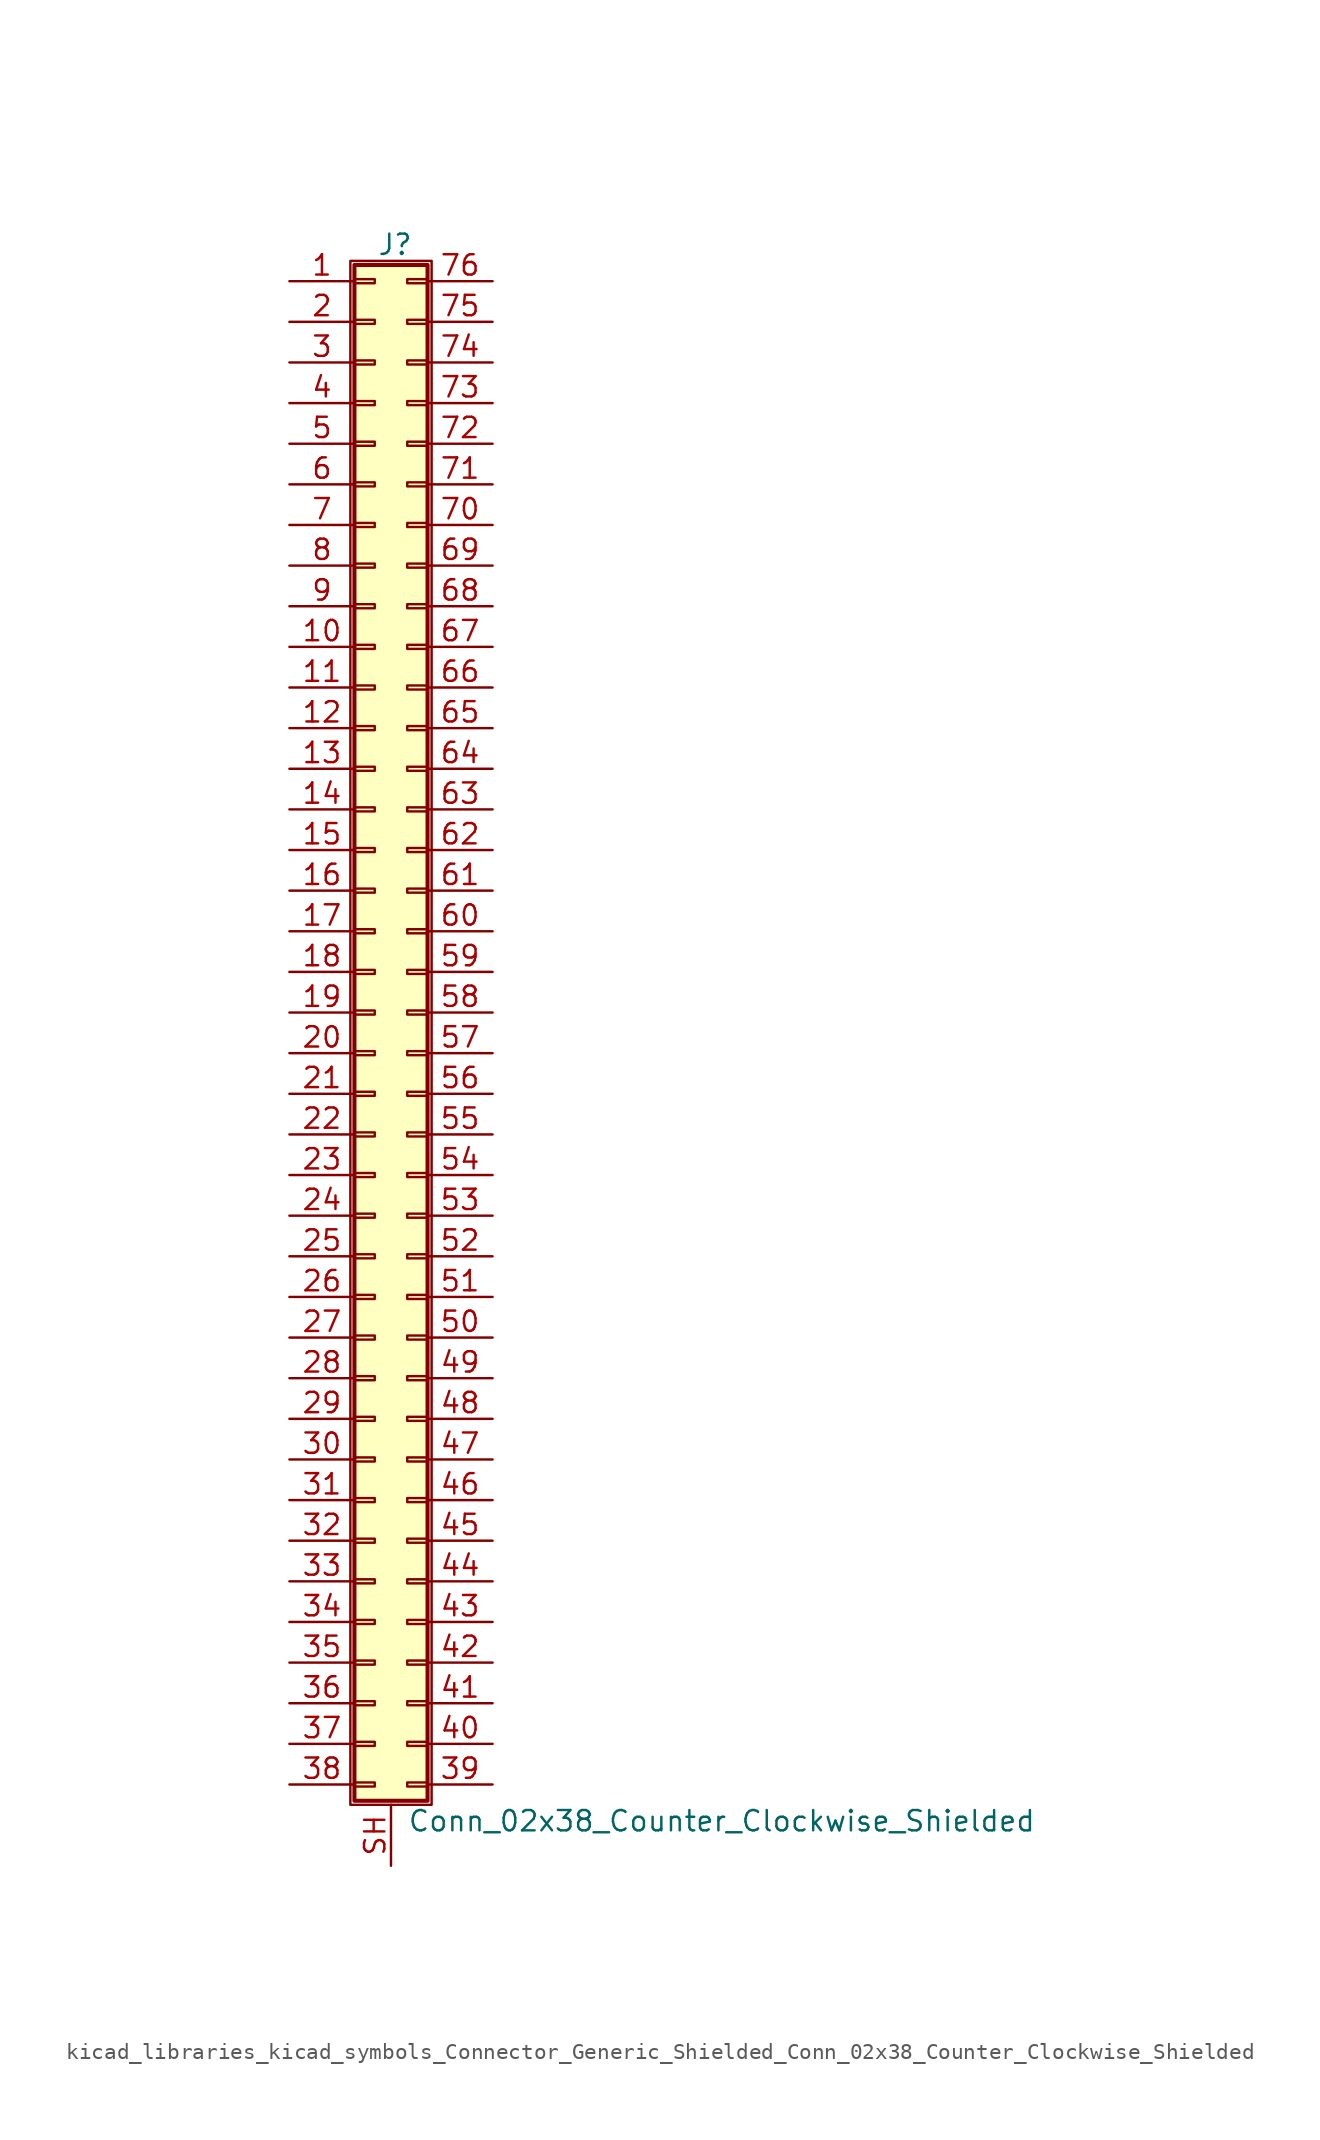
<source format=kicad_sym>
(kicad_symbol_lib
  (version 20220914)
  (generator kicad_symbol_editor)
  (symbol "kicad_libraries_kicad_symbols_Connector_Generic_Shielded_Conn_02x38_Counter_Clockwise_Shielded"
    (pin_names
      (offset 1.016) hide)
    (property "Reference" "J"
      (at 1.524 48.006 0)
      (effects (font (size 1.27 1.27))))
    (property "Value" "Conn_02x38_Counter_Clockwise_Shielded"
      (at 2.286 -50.546 0)
      (effects (font (size 1.27 1.27)) (justify left)))
    (symbol "kicad_libraries_kicad_symbols_Connector_Generic_Shielded_Conn_02x38_Counter_Clockwise_Shielded_1_1"
      (rectangle (start -1.27 46.99) (end 3.81 -49.53) (stroke (width 0.152) (type default)) (fill (type none)))
      (rectangle (start -1.016 -48.133) (end 0.254 -48.387) (stroke (width 0.152) (type default)) (fill (type none)))
      (rectangle (start -1.016 -45.593) (end 0.254 -45.847) (stroke (width 0.152) (type default)) (fill (type none)))
      (rectangle (start -1.016 -43.053) (end 0.254 -43.307) (stroke (width 0.152) (type default)) (fill (type none)))
      (rectangle (start -1.016 -40.513) (end 0.254 -40.767) (stroke (width 0.152) (type default)) (fill (type none)))
      (rectangle (start -1.016 -37.973) (end 0.254 -38.227) (stroke (width 0.152) (type default)) (fill (type none)))
      (rectangle (start -1.016 -35.433) (end 0.254 -35.687) (stroke (width 0.152) (type default)) (fill (type none)))
      (rectangle (start -1.016 -32.893) (end 0.254 -33.147) (stroke (width 0.152) (type default)) (fill (type none)))
      (rectangle (start -1.016 -30.353) (end 0.254 -30.607) (stroke (width 0.152) (type default)) (fill (type none)))
      (rectangle (start -1.016 -27.813) (end 0.254 -28.067) (stroke (width 0.152) (type default)) (fill (type none)))
      (rectangle (start -1.016 -25.273) (end 0.254 -25.527) (stroke (width 0.152) (type default)) (fill (type none)))
      (rectangle (start -1.016 -22.733) (end 0.254 -22.987) (stroke (width 0.152) (type default)) (fill (type none)))
      (rectangle (start -1.016 -20.193) (end 0.254 -20.447) (stroke (width 0.152) (type default)) (fill (type none)))
      (rectangle (start -1.016 -17.653) (end 0.254 -17.907) (stroke (width 0.152) (type default)) (fill (type none)))
      (rectangle (start -1.016 -15.113) (end 0.254 -15.367) (stroke (width 0.152) (type default)) (fill (type none)))
      (rectangle (start -1.016 -12.573) (end 0.254 -12.827) (stroke (width 0.152) (type default)) (fill (type none)))
      (rectangle (start -1.016 -10.033) (end 0.254 -10.287) (stroke (width 0.152) (type default)) (fill (type none)))
      (rectangle (start -1.016 -7.493) (end 0.254 -7.747) (stroke (width 0.152) (type default)) (fill (type none)))
      (rectangle (start -1.016 -4.953) (end 0.254 -5.207) (stroke (width 0.152) (type default)) (fill (type none)))
      (rectangle (start -1.016 -2.413) (end 0.254 -2.667) (stroke (width 0.152) (type default)) (fill (type none)))
      (rectangle (start -1.016 0.127) (end 0.254 -0.127) (stroke (width 0.152) (type default)) (fill (type none)))
      (rectangle (start -1.016 2.667) (end 0.254 2.413) (stroke (width 0.152) (type default)) (fill (type none)))
      (rectangle (start -1.016 5.207) (end 0.254 4.953) (stroke (width 0.152) (type default)) (fill (type none)))
      (rectangle (start -1.016 7.747) (end 0.254 7.493) (stroke (width 0.152) (type default)) (fill (type none)))
      (rectangle (start -1.016 10.287) (end 0.254 10.033) (stroke (width 0.152) (type default)) (fill (type none)))
      (rectangle (start -1.016 12.827) (end 0.254 12.573) (stroke (width 0.152) (type default)) (fill (type none)))
      (rectangle (start -1.016 15.367) (end 0.254 15.113) (stroke (width 0.152) (type default)) (fill (type none)))
      (rectangle (start -1.016 17.907) (end 0.254 17.653) (stroke (width 0.152) (type default)) (fill (type none)))
      (rectangle (start -1.016 20.447) (end 0.254 20.193) (stroke (width 0.152) (type default)) (fill (type none)))
      (rectangle (start -1.016 22.987) (end 0.254 22.733) (stroke (width 0.152) (type default)) (fill (type none)))
      (rectangle (start -1.016 25.527) (end 0.254 25.273) (stroke (width 0.152) (type default)) (fill (type none)))
      (rectangle (start -1.016 28.067) (end 0.254 27.813) (stroke (width 0.152) (type default)) (fill (type none)))
      (rectangle (start -1.016 30.607) (end 0.254 30.353) (stroke (width 0.152) (type default)) (fill (type none)))
      (rectangle (start -1.016 33.147) (end 0.254 32.893) (stroke (width 0.152) (type default)) (fill (type none)))
      (rectangle (start -1.016 35.687) (end 0.254 35.433) (stroke (width 0.152) (type default)) (fill (type none)))
      (rectangle (start -1.016 38.227) (end 0.254 37.973) (stroke (width 0.152) (type default)) (fill (type none)))
      (rectangle (start -1.016 40.767) (end 0.254 40.513) (stroke (width 0.152) (type default)) (fill (type none)))
      (rectangle (start -1.016 43.307) (end 0.254 43.053) (stroke (width 0.152) (type default)) (fill (type none)))
      (rectangle (start -1.016 45.847) (end 0.254 45.593) (stroke (width 0.152) (type default)) (fill (type none)))
      (rectangle (start -1.016 46.736) (end 3.556 -49.276) (stroke (width 0.254) (type default)) (fill (type background)))
      (rectangle (start 3.556 -48.133) (end 2.286 -48.387) (stroke (width 0.152) (type default)) (fill (type none)))
      (rectangle (start 3.556 -45.593) (end 2.286 -45.847) (stroke (width 0.152) (type default)) (fill (type none)))
      (rectangle (start 3.556 -43.053) (end 2.286 -43.307) (stroke (width 0.152) (type default)) (fill (type none)))
      (rectangle (start 3.556 -40.513) (end 2.286 -40.767) (stroke (width 0.152) (type default)) (fill (type none)))
      (rectangle (start 3.556 -37.973) (end 2.286 -38.227) (stroke (width 0.152) (type default)) (fill (type none)))
      (rectangle (start 3.556 -35.433) (end 2.286 -35.687) (stroke (width 0.152) (type default)) (fill (type none)))
      (rectangle (start 3.556 -32.893) (end 2.286 -33.147) (stroke (width 0.152) (type default)) (fill (type none)))
      (rectangle (start 3.556 -30.353) (end 2.286 -30.607) (stroke (width 0.152) (type default)) (fill (type none)))
      (rectangle (start 3.556 -27.813) (end 2.286 -28.067) (stroke (width 0.152) (type default)) (fill (type none)))
      (rectangle (start 3.556 -25.273) (end 2.286 -25.527) (stroke (width 0.152) (type default)) (fill (type none)))
      (rectangle (start 3.556 -22.733) (end 2.286 -22.987) (stroke (width 0.152) (type default)) (fill (type none)))
      (rectangle (start 3.556 -20.193) (end 2.286 -20.447) (stroke (width 0.152) (type default)) (fill (type none)))
      (rectangle (start 3.556 -17.653) (end 2.286 -17.907) (stroke (width 0.152) (type default)) (fill (type none)))
      (rectangle (start 3.556 -15.113) (end 2.286 -15.367) (stroke (width 0.152) (type default)) (fill (type none)))
      (rectangle (start 3.556 -12.573) (end 2.286 -12.827) (stroke (width 0.152) (type default)) (fill (type none)))
      (rectangle (start 3.556 -10.033) (end 2.286 -10.287) (stroke (width 0.152) (type default)) (fill (type none)))
      (rectangle (start 3.556 -7.493) (end 2.286 -7.747) (stroke (width 0.152) (type default)) (fill (type none)))
      (rectangle (start 3.556 -4.953) (end 2.286 -5.207) (stroke (width 0.152) (type default)) (fill (type none)))
      (rectangle (start 3.556 -2.413) (end 2.286 -2.667) (stroke (width 0.152) (type default)) (fill (type none)))
      (rectangle (start 3.556 0.127) (end 2.286 -0.127) (stroke (width 0.152) (type default)) (fill (type none)))
      (rectangle (start 3.556 2.667) (end 2.286 2.413) (stroke (width 0.152) (type default)) (fill (type none)))
      (rectangle (start 3.556 5.207) (end 2.286 4.953) (stroke (width 0.152) (type default)) (fill (type none)))
      (rectangle (start 3.556 7.747) (end 2.286 7.493) (stroke (width 0.152) (type default)) (fill (type none)))
      (rectangle (start 3.556 10.287) (end 2.286 10.033) (stroke (width 0.152) (type default)) (fill (type none)))
      (rectangle (start 3.556 12.827) (end 2.286 12.573) (stroke (width 0.152) (type default)) (fill (type none)))
      (rectangle (start 3.556 15.367) (end 2.286 15.113) (stroke (width 0.152) (type default)) (fill (type none)))
      (rectangle (start 3.556 17.907) (end 2.286 17.653) (stroke (width 0.152) (type default)) (fill (type none)))
      (rectangle (start 3.556 20.447) (end 2.286 20.193) (stroke (width 0.152) (type default)) (fill (type none)))
      (rectangle (start 3.556 22.987) (end 2.286 22.733) (stroke (width 0.152) (type default)) (fill (type none)))
      (rectangle (start 3.556 25.527) (end 2.286 25.273) (stroke (width 0.152) (type default)) (fill (type none)))
      (rectangle (start 3.556 28.067) (end 2.286 27.813) (stroke (width 0.152) (type default)) (fill (type none)))
      (rectangle (start 3.556 30.607) (end 2.286 30.353) (stroke (width 0.152) (type default)) (fill (type none)))
      (rectangle (start 3.556 33.147) (end 2.286 32.893) (stroke (width 0.152) (type default)) (fill (type none)))
      (rectangle (start 3.556 35.687) (end 2.286 35.433) (stroke (width 0.152) (type default)) (fill (type none)))
      (rectangle (start 3.556 38.227) (end 2.286 37.973) (stroke (width 0.152) (type default)) (fill (type none)))
      (rectangle (start 3.556 40.767) (end 2.286 40.513) (stroke (width 0.152) (type default)) (fill (type none)))
      (rectangle (start 3.556 43.307) (end 2.286 43.053) (stroke (width 0.152) (type default)) (fill (type none)))
      (rectangle (start 3.556 45.847) (end 2.286 45.593) (stroke (width 0.152) (type default)) (fill (type none)))
      (pin passive line (at -5.08 45.72 0) (length 4.064) (name "Pin_1" (effects (font (size 1.27 1.27)))) (number "1" (effects (font (size 1.27 1.27)))))
      (pin passive line (at -5.08 22.86 0) (length 4.064) (name "Pin_10" (effects (font (size 1.27 1.27)))) (number "10" (effects (font (size 1.27 1.27)))))
      (pin passive line (at -5.08 20.32 0) (length 4.064) (name "Pin_11" (effects (font (size 1.27 1.27)))) (number "11" (effects (font (size 1.27 1.27)))))
      (pin passive line (at -5.08 17.78 0) (length 4.064) (name "Pin_12" (effects (font (size 1.27 1.27)))) (number "12" (effects (font (size 1.27 1.27)))))
      (pin passive line (at -5.08 15.24 0) (length 4.064) (name "Pin_13" (effects (font (size 1.27 1.27)))) (number "13" (effects (font (size 1.27 1.27)))))
      (pin passive line (at -5.08 12.7 0) (length 4.064) (name "Pin_14" (effects (font (size 1.27 1.27)))) (number "14" (effects (font (size 1.27 1.27)))))
      (pin passive line (at -5.08 10.16 0) (length 4.064) (name "Pin_15" (effects (font (size 1.27 1.27)))) (number "15" (effects (font (size 1.27 1.27)))))
      (pin passive line (at -5.08 7.62 0) (length 4.064) (name "Pin_16" (effects (font (size 1.27 1.27)))) (number "16" (effects (font (size 1.27 1.27)))))
      (pin passive line (at -5.08 5.08 0) (length 4.064) (name "Pin_17" (effects (font (size 1.27 1.27)))) (number "17" (effects (font (size 1.27 1.27)))))
      (pin passive line (at -5.08 2.54 0) (length 4.064) (name "Pin_18" (effects (font (size 1.27 1.27)))) (number "18" (effects (font (size 1.27 1.27)))))
      (pin passive line (at -5.08 0 0) (length 4.064) (name "Pin_19" (effects (font (size 1.27 1.27)))) (number "19" (effects (font (size 1.27 1.27)))))
      (pin passive line (at -5.08 43.18 0) (length 4.064) (name "Pin_2" (effects (font (size 1.27 1.27)))) (number "2" (effects (font (size 1.27 1.27)))))
      (pin passive line (at -5.08 -2.54 0) (length 4.064) (name "Pin_20" (effects (font (size 1.27 1.27)))) (number "20" (effects (font (size 1.27 1.27)))))
      (pin passive line (at -5.08 -5.08 0) (length 4.064) (name "Pin_21" (effects (font (size 1.27 1.27)))) (number "21" (effects (font (size 1.27 1.27)))))
      (pin passive line (at -5.08 -7.62 0) (length 4.064) (name "Pin_22" (effects (font (size 1.27 1.27)))) (number "22" (effects (font (size 1.27 1.27)))))
      (pin passive line (at -5.08 -10.16 0) (length 4.064) (name "Pin_23" (effects (font (size 1.27 1.27)))) (number "23" (effects (font (size 1.27 1.27)))))
      (pin passive line (at -5.08 -12.7 0) (length 4.064) (name "Pin_24" (effects (font (size 1.27 1.27)))) (number "24" (effects (font (size 1.27 1.27)))))
      (pin passive line (at -5.08 -15.24 0) (length 4.064) (name "Pin_25" (effects (font (size 1.27 1.27)))) (number "25" (effects (font (size 1.27 1.27)))))
      (pin passive line (at -5.08 -17.78 0) (length 4.064) (name "Pin_26" (effects (font (size 1.27 1.27)))) (number "26" (effects (font (size 1.27 1.27)))))
      (pin passive line (at -5.08 -20.32 0) (length 4.064) (name "Pin_27" (effects (font (size 1.27 1.27)))) (number "27" (effects (font (size 1.27 1.27)))))
      (pin passive line (at -5.08 -22.86 0) (length 4.064) (name "Pin_28" (effects (font (size 1.27 1.27)))) (number "28" (effects (font (size 1.27 1.27)))))
      (pin passive line (at -5.08 -25.4 0) (length 4.064) (name "Pin_29" (effects (font (size 1.27 1.27)))) (number "29" (effects (font (size 1.27 1.27)))))
      (pin passive line (at -5.08 40.64 0) (length 4.064) (name "Pin_3" (effects (font (size 1.27 1.27)))) (number "3" (effects (font (size 1.27 1.27)))))
      (pin passive line (at -5.08 -27.94 0) (length 4.064) (name "Pin_30" (effects (font (size 1.27 1.27)))) (number "30" (effects (font (size 1.27 1.27)))))
      (pin passive line (at -5.08 -30.48 0) (length 4.064) (name "Pin_31" (effects (font (size 1.27 1.27)))) (number "31" (effects (font (size 1.27 1.27)))))
      (pin passive line (at -5.08 -33.02 0) (length 4.064) (name "Pin_32" (effects (font (size 1.27 1.27)))) (number "32" (effects (font (size 1.27 1.27)))))
      (pin passive line (at -5.08 -35.56 0) (length 4.064) (name "Pin_33" (effects (font (size 1.27 1.27)))) (number "33" (effects (font (size 1.27 1.27)))))
      (pin passive line (at -5.08 -38.1 0) (length 4.064) (name "Pin_34" (effects (font (size 1.27 1.27)))) (number "34" (effects (font (size 1.27 1.27)))))
      (pin passive line (at -5.08 -40.64 0) (length 4.064) (name "Pin_35" (effects (font (size 1.27 1.27)))) (number "35" (effects (font (size 1.27 1.27)))))
      (pin passive line (at -5.08 -43.18 0) (length 4.064) (name "Pin_36" (effects (font (size 1.27 1.27)))) (number "36" (effects (font (size 1.27 1.27)))))
      (pin passive line (at -5.08 -45.72 0) (length 4.064) (name "Pin_37" (effects (font (size 1.27 1.27)))) (number "37" (effects (font (size 1.27 1.27)))))
      (pin passive line (at -5.08 -48.26 0) (length 4.064) (name "Pin_38" (effects (font (size 1.27 1.27)))) (number "38" (effects (font (size 1.27 1.27)))))
      (pin passive line (at 7.62 -48.26 180) (length 4.064) (name "Pin_39" (effects (font (size 1.27 1.27)))) (number "39" (effects (font (size 1.27 1.27)))))
      (pin passive line (at -5.08 38.1 0) (length 4.064) (name "Pin_4" (effects (font (size 1.27 1.27)))) (number "4" (effects (font (size 1.27 1.27)))))
      (pin passive line (at 7.62 -45.72 180) (length 4.064) (name "Pin_40" (effects (font (size 1.27 1.27)))) (number "40" (effects (font (size 1.27 1.27)))))
      (pin passive line (at 7.62 -43.18 180) (length 4.064) (name "Pin_41" (effects (font (size 1.27 1.27)))) (number "41" (effects (font (size 1.27 1.27)))))
      (pin passive line (at 7.62 -40.64 180) (length 4.064) (name "Pin_42" (effects (font (size 1.27 1.27)))) (number "42" (effects (font (size 1.27 1.27)))))
      (pin passive line (at 7.62 -38.1 180) (length 4.064) (name "Pin_43" (effects (font (size 1.27 1.27)))) (number "43" (effects (font (size 1.27 1.27)))))
      (pin passive line (at 7.62 -35.56 180) (length 4.064) (name "Pin_44" (effects (font (size 1.27 1.27)))) (number "44" (effects (font (size 1.27 1.27)))))
      (pin passive line (at 7.62 -33.02 180) (length 4.064) (name "Pin_45" (effects (font (size 1.27 1.27)))) (number "45" (effects (font (size 1.27 1.27)))))
      (pin passive line (at 7.62 -30.48 180) (length 4.064) (name "Pin_46" (effects (font (size 1.27 1.27)))) (number "46" (effects (font (size 1.27 1.27)))))
      (pin passive line (at 7.62 -27.94 180) (length 4.064) (name "Pin_47" (effects (font (size 1.27 1.27)))) (number "47" (effects (font (size 1.27 1.27)))))
      (pin passive line (at 7.62 -25.4 180) (length 4.064) (name "Pin_48" (effects (font (size 1.27 1.27)))) (number "48" (effects (font (size 1.27 1.27)))))
      (pin passive line (at 7.62 -22.86 180) (length 4.064) (name "Pin_49" (effects (font (size 1.27 1.27)))) (number "49" (effects (font (size 1.27 1.27)))))
      (pin passive line (at -5.08 35.56 0) (length 4.064) (name "Pin_5" (effects (font (size 1.27 1.27)))) (number "5" (effects (font (size 1.27 1.27)))))
      (pin passive line (at 7.62 -20.32 180) (length 4.064) (name "Pin_50" (effects (font (size 1.27 1.27)))) (number "50" (effects (font (size 1.27 1.27)))))
      (pin passive line (at 7.62 -17.78 180) (length 4.064) (name "Pin_51" (effects (font (size 1.27 1.27)))) (number "51" (effects (font (size 1.27 1.27)))))
      (pin passive line (at 7.62 -15.24 180) (length 4.064) (name "Pin_52" (effects (font (size 1.27 1.27)))) (number "52" (effects (font (size 1.27 1.27)))))
      (pin passive line (at 7.62 -12.7 180) (length 4.064) (name "Pin_53" (effects (font (size 1.27 1.27)))) (number "53" (effects (font (size 1.27 1.27)))))
      (pin passive line (at 7.62 -10.16 180) (length 4.064) (name "Pin_54" (effects (font (size 1.27 1.27)))) (number "54" (effects (font (size 1.27 1.27)))))
      (pin passive line (at 7.62 -7.62 180) (length 4.064) (name "Pin_55" (effects (font (size 1.27 1.27)))) (number "55" (effects (font (size 1.27 1.27)))))
      (pin passive line (at 7.62 -5.08 180) (length 4.064) (name "Pin_56" (effects (font (size 1.27 1.27)))) (number "56" (effects (font (size 1.27 1.27)))))
      (pin passive line (at 7.62 -2.54 180) (length 4.064) (name "Pin_57" (effects (font (size 1.27 1.27)))) (number "57" (effects (font (size 1.27 1.27)))))
      (pin passive line (at 7.62 0 180) (length 4.064) (name "Pin_58" (effects (font (size 1.27 1.27)))) (number "58" (effects (font (size 1.27 1.27)))))
      (pin passive line (at 7.62 2.54 180) (length 4.064) (name "Pin_59" (effects (font (size 1.27 1.27)))) (number "59" (effects (font (size 1.27 1.27)))))
      (pin passive line (at -5.08 33.02 0) (length 4.064) (name "Pin_6" (effects (font (size 1.27 1.27)))) (number "6" (effects (font (size 1.27 1.27)))))
      (pin passive line (at 7.62 5.08 180) (length 4.064) (name "Pin_60" (effects (font (size 1.27 1.27)))) (number "60" (effects (font (size 1.27 1.27)))))
      (pin passive line (at 7.62 7.62 180) (length 4.064) (name "Pin_61" (effects (font (size 1.27 1.27)))) (number "61" (effects (font (size 1.27 1.27)))))
      (pin passive line (at 7.62 10.16 180) (length 4.064) (name "Pin_62" (effects (font (size 1.27 1.27)))) (number "62" (effects (font (size 1.27 1.27)))))
      (pin passive line (at 7.62 12.7 180) (length 4.064) (name "Pin_63" (effects (font (size 1.27 1.27)))) (number "63" (effects (font (size 1.27 1.27)))))
      (pin passive line (at 7.62 15.24 180) (length 4.064) (name "Pin_64" (effects (font (size 1.27 1.27)))) (number "64" (effects (font (size 1.27 1.27)))))
      (pin passive line (at 7.62 17.78 180) (length 4.064) (name "Pin_65" (effects (font (size 1.27 1.27)))) (number "65" (effects (font (size 1.27 1.27)))))
      (pin passive line (at 7.62 20.32 180) (length 4.064) (name "Pin_66" (effects (font (size 1.27 1.27)))) (number "66" (effects (font (size 1.27 1.27)))))
      (pin passive line (at 7.62 22.86 180) (length 4.064) (name "Pin_67" (effects (font (size 1.27 1.27)))) (number "67" (effects (font (size 1.27 1.27)))))
      (pin passive line (at 7.62 25.4 180) (length 4.064) (name "Pin_68" (effects (font (size 1.27 1.27)))) (number "68" (effects (font (size 1.27 1.27)))))
      (pin passive line (at 7.62 27.94 180) (length 4.064) (name "Pin_69" (effects (font (size 1.27 1.27)))) (number "69" (effects (font (size 1.27 1.27)))))
      (pin passive line (at -5.08 30.48 0) (length 4.064) (name "Pin_7" (effects (font (size 1.27 1.27)))) (number "7" (effects (font (size 1.27 1.27)))))
      (pin passive line (at 7.62 30.48 180) (length 4.064) (name "Pin_70" (effects (font (size 1.27 1.27)))) (number "70" (effects (font (size 1.27 1.27)))))
      (pin passive line (at 7.62 33.02 180) (length 4.064) (name "Pin_71" (effects (font (size 1.27 1.27)))) (number "71" (effects (font (size 1.27 1.27)))))
      (pin passive line (at 7.62 35.56 180) (length 4.064) (name "Pin_72" (effects (font (size 1.27 1.27)))) (number "72" (effects (font (size 1.27 1.27)))))
      (pin passive line (at 7.62 38.1 180) (length 4.064) (name "Pin_73" (effects (font (size 1.27 1.27)))) (number "73" (effects (font (size 1.27 1.27)))))
      (pin passive line (at 7.62 40.64 180) (length 4.064) (name "Pin_74" (effects (font (size 1.27 1.27)))) (number "74" (effects (font (size 1.27 1.27)))))
      (pin passive line (at 7.62 43.18 180) (length 4.064) (name "Pin_75" (effects (font (size 1.27 1.27)))) (number "75" (effects (font (size 1.27 1.27)))))
      (pin passive line (at 7.62 45.72 180) (length 4.064) (name "Pin_76" (effects (font (size 1.27 1.27)))) (number "76" (effects (font (size 1.27 1.27)))))
      (pin passive line (at -5.08 27.94 0) (length 4.064) (name "Pin_8" (effects (font (size 1.27 1.27)))) (number "8" (effects (font (size 1.27 1.27)))))
      (pin passive line (at -5.08 25.4 0) (length 4.064) (name "Pin_9" (effects (font (size 1.27 1.27)))) (number "9" (effects (font (size 1.27 1.27)))))
      (pin passive line (at 1.27 -53.34 90) (length 3.81) (name "Shield" (effects (font (size 1.27 1.27)))) (number "SH" (effects (font (size 1.27 1.27))))))))
</source>
